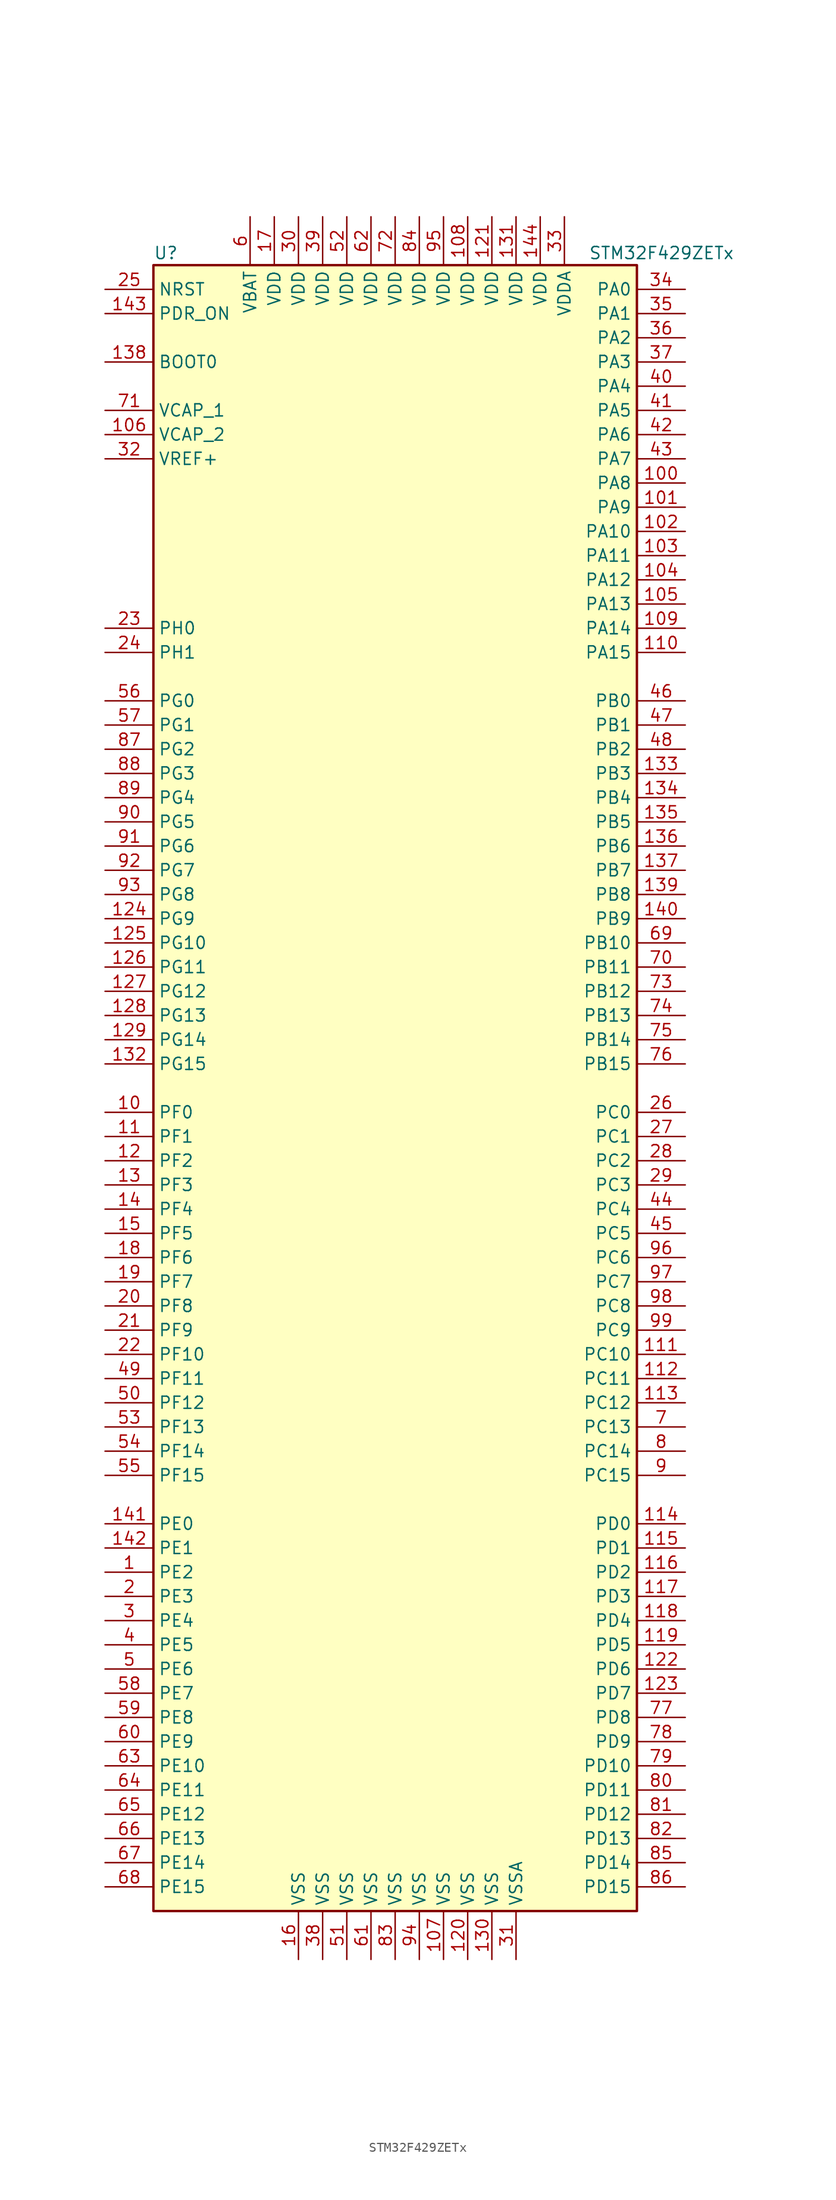
<source format=kicad_sym>
(kicad_symbol_lib
  (version 20211014)
  (generator kicad_symbol_editor)
  (symbol "STM32F429ZETx"
    (property "Reference" "U"
      (at -25.4 87.63 0)
      (effects (font (size 1.27 1.27)) (justify left)))
    (property "Value" "STM32F429ZETx"
      (at 20.32 87.63 0)
      (effects (font (size 1.27 1.27)) (justify left)))
    (symbol "STM32F429ZETx_0_1"
      (rectangle (start -25.4 -86.36) (end 25.4 86.36) (stroke (width 0.254) (type default) (color 0 0 0 0)) (fill (type background))))
    (symbol "STM32F429ZETx_1_1"
      (pin bidirectional line (at -30.48 -50.8 0) (length 5.08) (name "PE2" (effects (font (size 1.27 1.27)))) (number "1" (effects (font (size 1.27 1.27)))))
      (pin bidirectional line (at -30.48 -2.54 0) (length 5.08) (name "PF0" (effects (font (size 1.27 1.27)))) (number "10" (effects (font (size 1.27 1.27)))))
      (pin bidirectional line (at 30.48 63.5 180) (length 5.08) (name "PA8" (effects (font (size 1.27 1.27)))) (number "100" (effects (font (size 1.27 1.27)))))
      (pin bidirectional line (at 30.48 60.96 180) (length 5.08) (name "PA9" (effects (font (size 1.27 1.27)))) (number "101" (effects (font (size 1.27 1.27)))))
      (pin bidirectional line (at 30.48 58.42 180) (length 5.08) (name "PA10" (effects (font (size 1.27 1.27)))) (number "102" (effects (font (size 1.27 1.27)))))
      (pin bidirectional line (at 30.48 55.88 180) (length 5.08) (name "PA11" (effects (font (size 1.27 1.27)))) (number "103" (effects (font (size 1.27 1.27)))))
      (pin bidirectional line (at 30.48 53.34 180) (length 5.08) (name "PA12" (effects (font (size 1.27 1.27)))) (number "104" (effects (font (size 1.27 1.27)))))
      (pin bidirectional line (at 30.48 50.8 180) (length 5.08) (name "PA13" (effects (font (size 1.27 1.27)))) (number "105" (effects (font (size 1.27 1.27)))))
      (pin power_in line (at -30.48 68.58 0) (length 5.08) (name "VCAP_2" (effects (font (size 1.27 1.27)))) (number "106" (effects (font (size 1.27 1.27)))))
      (pin power_in line (at 5.08 -91.44 90) (length 5.08) (name "VSS" (effects (font (size 1.27 1.27)))) (number "107" (effects (font (size 1.27 1.27)))))
      (pin power_in line (at 7.62 91.44 270) (length 5.08) (name "VDD" (effects (font (size 1.27 1.27)))) (number "108" (effects (font (size 1.27 1.27)))))
      (pin bidirectional line (at 30.48 48.26 180) (length 5.08) (name "PA14" (effects (font (size 1.27 1.27)))) (number "109" (effects (font (size 1.27 1.27)))))
      (pin bidirectional line (at -30.48 -5.08 0) (length 5.08) (name "PF1" (effects (font (size 1.27 1.27)))) (number "11" (effects (font (size 1.27 1.27)))))
      (pin bidirectional line (at 30.48 45.72 180) (length 5.08) (name "PA15" (effects (font (size 1.27 1.27)))) (number "110" (effects (font (size 1.27 1.27)))))
      (pin bidirectional line (at 30.48 -27.94 180) (length 5.08) (name "PC10" (effects (font (size 1.27 1.27)))) (number "111" (effects (font (size 1.27 1.27)))))
      (pin bidirectional line (at 30.48 -30.48 180) (length 5.08) (name "PC11" (effects (font (size 1.27 1.27)))) (number "112" (effects (font (size 1.27 1.27)))))
      (pin bidirectional line (at 30.48 -33.02 180) (length 5.08) (name "PC12" (effects (font (size 1.27 1.27)))) (number "113" (effects (font (size 1.27 1.27)))))
      (pin bidirectional line (at 30.48 -45.72 180) (length 5.08) (name "PD0" (effects (font (size 1.27 1.27)))) (number "114" (effects (font (size 1.27 1.27)))))
      (pin bidirectional line (at 30.48 -48.26 180) (length 5.08) (name "PD1" (effects (font (size 1.27 1.27)))) (number "115" (effects (font (size 1.27 1.27)))))
      (pin bidirectional line (at 30.48 -50.8 180) (length 5.08) (name "PD2" (effects (font (size 1.27 1.27)))) (number "116" (effects (font (size 1.27 1.27)))))
      (pin bidirectional line (at 30.48 -53.34 180) (length 5.08) (name "PD3" (effects (font (size 1.27 1.27)))) (number "117" (effects (font (size 1.27 1.27)))))
      (pin bidirectional line (at 30.48 -55.88 180) (length 5.08) (name "PD4" (effects (font (size 1.27 1.27)))) (number "118" (effects (font (size 1.27 1.27)))))
      (pin bidirectional line (at 30.48 -58.42 180) (length 5.08) (name "PD5" (effects (font (size 1.27 1.27)))) (number "119" (effects (font (size 1.27 1.27)))))
      (pin bidirectional line (at -30.48 -7.62 0) (length 5.08) (name "PF2" (effects (font (size 1.27 1.27)))) (number "12" (effects (font (size 1.27 1.27)))))
      (pin power_in line (at 7.62 -91.44 90) (length 5.08) (name "VSS" (effects (font (size 1.27 1.27)))) (number "120" (effects (font (size 1.27 1.27)))))
      (pin power_in line (at 10.16 91.44 270) (length 5.08) (name "VDD" (effects (font (size 1.27 1.27)))) (number "121" (effects (font (size 1.27 1.27)))))
      (pin bidirectional line (at 30.48 -60.96 180) (length 5.08) (name "PD6" (effects (font (size 1.27 1.27)))) (number "122" (effects (font (size 1.27 1.27)))))
      (pin bidirectional line (at 30.48 -63.5 180) (length 5.08) (name "PD7" (effects (font (size 1.27 1.27)))) (number "123" (effects (font (size 1.27 1.27)))))
      (pin bidirectional line (at -30.48 17.78 0) (length 5.08) (name "PG9" (effects (font (size 1.27 1.27)))) (number "124" (effects (font (size 1.27 1.27)))))
      (pin bidirectional line (at -30.48 15.24 0) (length 5.08) (name "PG10" (effects (font (size 1.27 1.27)))) (number "125" (effects (font (size 1.27 1.27)))))
      (pin bidirectional line (at -30.48 12.7 0) (length 5.08) (name "PG11" (effects (font (size 1.27 1.27)))) (number "126" (effects (font (size 1.27 1.27)))))
      (pin bidirectional line (at -30.48 10.16 0) (length 5.08) (name "PG12" (effects (font (size 1.27 1.27)))) (number "127" (effects (font (size 1.27 1.27)))))
      (pin bidirectional line (at -30.48 7.62 0) (length 5.08) (name "PG13" (effects (font (size 1.27 1.27)))) (number "128" (effects (font (size 1.27 1.27)))))
      (pin bidirectional line (at -30.48 5.08 0) (length 5.08) (name "PG14" (effects (font (size 1.27 1.27)))) (number "129" (effects (font (size 1.27 1.27)))))
      (pin bidirectional line (at -30.48 -10.16 0) (length 5.08) (name "PF3" (effects (font (size 1.27 1.27)))) (number "13" (effects (font (size 1.27 1.27)))))
      (pin power_in line (at 10.16 -91.44 90) (length 5.08) (name "VSS" (effects (font (size 1.27 1.27)))) (number "130" (effects (font (size 1.27 1.27)))))
      (pin power_in line (at 12.7 91.44 270) (length 5.08) (name "VDD" (effects (font (size 1.27 1.27)))) (number "131" (effects (font (size 1.27 1.27)))))
      (pin bidirectional line (at -30.48 2.54 0) (length 5.08) (name "PG15" (effects (font (size 1.27 1.27)))) (number "132" (effects (font (size 1.27 1.27)))))
      (pin bidirectional line (at 30.48 33.02 180) (length 5.08) (name "PB3" (effects (font (size 1.27 1.27)))) (number "133" (effects (font (size 1.27 1.27)))))
      (pin bidirectional line (at 30.48 30.48 180) (length 5.08) (name "PB4" (effects (font (size 1.27 1.27)))) (number "134" (effects (font (size 1.27 1.27)))))
      (pin bidirectional line (at 30.48 27.94 180) (length 5.08) (name "PB5" (effects (font (size 1.27 1.27)))) (number "135" (effects (font (size 1.27 1.27)))))
      (pin bidirectional line (at 30.48 25.4 180) (length 5.08) (name "PB6" (effects (font (size 1.27 1.27)))) (number "136" (effects (font (size 1.27 1.27)))))
      (pin bidirectional line (at 30.48 22.86 180) (length 5.08) (name "PB7" (effects (font (size 1.27 1.27)))) (number "137" (effects (font (size 1.27 1.27)))))
      (pin input line (at -30.48 76.2 0) (length 5.08) (name "BOOT0" (effects (font (size 1.27 1.27)))) (number "138" (effects (font (size 1.27 1.27)))))
      (pin bidirectional line (at 30.48 20.32 180) (length 5.08) (name "PB8" (effects (font (size 1.27 1.27)))) (number "139" (effects (font (size 1.27 1.27)))))
      (pin bidirectional line (at -30.48 -12.7 0) (length 5.08) (name "PF4" (effects (font (size 1.27 1.27)))) (number "14" (effects (font (size 1.27 1.27)))))
      (pin bidirectional line (at 30.48 17.78 180) (length 5.08) (name "PB9" (effects (font (size 1.27 1.27)))) (number "140" (effects (font (size 1.27 1.27)))))
      (pin bidirectional line (at -30.48 -45.72 0) (length 5.08) (name "PE0" (effects (font (size 1.27 1.27)))) (number "141" (effects (font (size 1.27 1.27)))))
      (pin bidirectional line (at -30.48 -48.26 0) (length 5.08) (name "PE1" (effects (font (size 1.27 1.27)))) (number "142" (effects (font (size 1.27 1.27)))))
      (pin input line (at -30.48 81.28 0) (length 5.08) (name "PDR_ON" (effects (font (size 1.27 1.27)))) (number "143" (effects (font (size 1.27 1.27)))))
      (pin power_in line (at 15.24 91.44 270) (length 5.08) (name "VDD" (effects (font (size 1.27 1.27)))) (number "144" (effects (font (size 1.27 1.27)))))
      (pin bidirectional line (at -30.48 -15.24 0) (length 5.08) (name "PF5" (effects (font (size 1.27 1.27)))) (number "15" (effects (font (size 1.27 1.27)))))
      (pin power_in line (at -10.16 -91.44 90) (length 5.08) (name "VSS" (effects (font (size 1.27 1.27)))) (number "16" (effects (font (size 1.27 1.27)))))
      (pin power_in line (at -12.7 91.44 270) (length 5.08) (name "VDD" (effects (font (size 1.27 1.27)))) (number "17" (effects (font (size 1.27 1.27)))))
      (pin bidirectional line (at -30.48 -17.78 0) (length 5.08) (name "PF6" (effects (font (size 1.27 1.27)))) (number "18" (effects (font (size 1.27 1.27)))))
      (pin bidirectional line (at -30.48 -20.32 0) (length 5.08) (name "PF7" (effects (font (size 1.27 1.27)))) (number "19" (effects (font (size 1.27 1.27)))))
      (pin bidirectional line (at -30.48 -53.34 0) (length 5.08) (name "PE3" (effects (font (size 1.27 1.27)))) (number "2" (effects (font (size 1.27 1.27)))))
      (pin bidirectional line (at -30.48 -22.86 0) (length 5.08) (name "PF8" (effects (font (size 1.27 1.27)))) (number "20" (effects (font (size 1.27 1.27)))))
      (pin bidirectional line (at -30.48 -25.4 0) (length 5.08) (name "PF9" (effects (font (size 1.27 1.27)))) (number "21" (effects (font (size 1.27 1.27)))))
      (pin bidirectional line (at -30.48 -27.94 0) (length 5.08) (name "PF10" (effects (font (size 1.27 1.27)))) (number "22" (effects (font (size 1.27 1.27)))))
      (pin input line (at -30.48 48.26 0) (length 5.08) (name "PH0" (effects (font (size 1.27 1.27)))) (number "23" (effects (font (size 1.27 1.27)))))
      (pin input line (at -30.48 45.72 0) (length 5.08) (name "PH1" (effects (font (size 1.27 1.27)))) (number "24" (effects (font (size 1.27 1.27)))))
      (pin input line (at -30.48 83.82 0) (length 5.08) (name "NRST" (effects (font (size 1.27 1.27)))) (number "25" (effects (font (size 1.27 1.27)))))
      (pin bidirectional line (at 30.48 -2.54 180) (length 5.08) (name "PC0" (effects (font (size 1.27 1.27)))) (number "26" (effects (font (size 1.27 1.27)))))
      (pin bidirectional line (at 30.48 -5.08 180) (length 5.08) (name "PC1" (effects (font (size 1.27 1.27)))) (number "27" (effects (font (size 1.27 1.27)))))
      (pin bidirectional line (at 30.48 -7.62 180) (length 5.08) (name "PC2" (effects (font (size 1.27 1.27)))) (number "28" (effects (font (size 1.27 1.27)))))
      (pin bidirectional line (at 30.48 -10.16 180) (length 5.08) (name "PC3" (effects (font (size 1.27 1.27)))) (number "29" (effects (font (size 1.27 1.27)))))
      (pin bidirectional line (at -30.48 -55.88 0) (length 5.08) (name "PE4" (effects (font (size 1.27 1.27)))) (number "3" (effects (font (size 1.27 1.27)))))
      (pin power_in line (at -10.16 91.44 270) (length 5.08) (name "VDD" (effects (font (size 1.27 1.27)))) (number "30" (effects (font (size 1.27 1.27)))))
      (pin power_in line (at 12.7 -91.44 90) (length 5.08) (name "VSSA" (effects (font (size 1.27 1.27)))) (number "31" (effects (font (size 1.27 1.27)))))
      (pin power_in line (at -30.48 66.04 0) (length 5.08) (name "VREF+" (effects (font (size 1.27 1.27)))) (number "32" (effects (font (size 1.27 1.27)))))
      (pin power_in line (at 17.78 91.44 270) (length 5.08) (name "VDDA" (effects (font (size 1.27 1.27)))) (number "33" (effects (font (size 1.27 1.27)))))
      (pin bidirectional line (at 30.48 83.82 180) (length 5.08) (name "PA0" (effects (font (size 1.27 1.27)))) (number "34" (effects (font (size 1.27 1.27)))))
      (pin bidirectional line (at 30.48 81.28 180) (length 5.08) (name "PA1" (effects (font (size 1.27 1.27)))) (number "35" (effects (font (size 1.27 1.27)))))
      (pin bidirectional line (at 30.48 78.74 180) (length 5.08) (name "PA2" (effects (font (size 1.27 1.27)))) (number "36" (effects (font (size 1.27 1.27)))))
      (pin bidirectional line (at 30.48 76.2 180) (length 5.08) (name "PA3" (effects (font (size 1.27 1.27)))) (number "37" (effects (font (size 1.27 1.27)))))
      (pin power_in line (at -7.62 -91.44 90) (length 5.08) (name "VSS" (effects (font (size 1.27 1.27)))) (number "38" (effects (font (size 1.27 1.27)))))
      (pin power_in line (at -7.62 91.44 270) (length 5.08) (name "VDD" (effects (font (size 1.27 1.27)))) (number "39" (effects (font (size 1.27 1.27)))))
      (pin bidirectional line (at -30.48 -58.42 0) (length 5.08) (name "PE5" (effects (font (size 1.27 1.27)))) (number "4" (effects (font (size 1.27 1.27)))))
      (pin bidirectional line (at 30.48 73.66 180) (length 5.08) (name "PA4" (effects (font (size 1.27 1.27)))) (number "40" (effects (font (size 1.27 1.27)))))
      (pin bidirectional line (at 30.48 71.12 180) (length 5.08) (name "PA5" (effects (font (size 1.27 1.27)))) (number "41" (effects (font (size 1.27 1.27)))))
      (pin bidirectional line (at 30.48 68.58 180) (length 5.08) (name "PA6" (effects (font (size 1.27 1.27)))) (number "42" (effects (font (size 1.27 1.27)))))
      (pin bidirectional line (at 30.48 66.04 180) (length 5.08) (name "PA7" (effects (font (size 1.27 1.27)))) (number "43" (effects (font (size 1.27 1.27)))))
      (pin bidirectional line (at 30.48 -12.7 180) (length 5.08) (name "PC4" (effects (font (size 1.27 1.27)))) (number "44" (effects (font (size 1.27 1.27)))))
      (pin bidirectional line (at 30.48 -15.24 180) (length 5.08) (name "PC5" (effects (font (size 1.27 1.27)))) (number "45" (effects (font (size 1.27 1.27)))))
      (pin bidirectional line (at 30.48 40.64 180) (length 5.08) (name "PB0" (effects (font (size 1.27 1.27)))) (number "46" (effects (font (size 1.27 1.27)))))
      (pin bidirectional line (at 30.48 38.1 180) (length 5.08) (name "PB1" (effects (font (size 1.27 1.27)))) (number "47" (effects (font (size 1.27 1.27)))))
      (pin bidirectional line (at 30.48 35.56 180) (length 5.08) (name "PB2" (effects (font (size 1.27 1.27)))) (number "48" (effects (font (size 1.27 1.27)))))
      (pin bidirectional line (at -30.48 -30.48 0) (length 5.08) (name "PF11" (effects (font (size 1.27 1.27)))) (number "49" (effects (font (size 1.27 1.27)))))
      (pin bidirectional line (at -30.48 -60.96 0) (length 5.08) (name "PE6" (effects (font (size 1.27 1.27)))) (number "5" (effects (font (size 1.27 1.27)))))
      (pin bidirectional line (at -30.48 -33.02 0) (length 5.08) (name "PF12" (effects (font (size 1.27 1.27)))) (number "50" (effects (font (size 1.27 1.27)))))
      (pin power_in line (at -5.08 -91.44 90) (length 5.08) (name "VSS" (effects (font (size 1.27 1.27)))) (number "51" (effects (font (size 1.27 1.27)))))
      (pin power_in line (at -5.08 91.44 270) (length 5.08) (name "VDD" (effects (font (size 1.27 1.27)))) (number "52" (effects (font (size 1.27 1.27)))))
      (pin bidirectional line (at -30.48 -35.56 0) (length 5.08) (name "PF13" (effects (font (size 1.27 1.27)))) (number "53" (effects (font (size 1.27 1.27)))))
      (pin bidirectional line (at -30.48 -38.1 0) (length 5.08) (name "PF14" (effects (font (size 1.27 1.27)))) (number "54" (effects (font (size 1.27 1.27)))))
      (pin bidirectional line (at -30.48 -40.64 0) (length 5.08) (name "PF15" (effects (font (size 1.27 1.27)))) (number "55" (effects (font (size 1.27 1.27)))))
      (pin bidirectional line (at -30.48 40.64 0) (length 5.08) (name "PG0" (effects (font (size 1.27 1.27)))) (number "56" (effects (font (size 1.27 1.27)))))
      (pin bidirectional line (at -30.48 38.1 0) (length 5.08) (name "PG1" (effects (font (size 1.27 1.27)))) (number "57" (effects (font (size 1.27 1.27)))))
      (pin bidirectional line (at -30.48 -63.5 0) (length 5.08) (name "PE7" (effects (font (size 1.27 1.27)))) (number "58" (effects (font (size 1.27 1.27)))))
      (pin bidirectional line (at -30.48 -66.04 0) (length 5.08) (name "PE8" (effects (font (size 1.27 1.27)))) (number "59" (effects (font (size 1.27 1.27)))))
      (pin power_in line (at -15.24 91.44 270) (length 5.08) (name "VBAT" (effects (font (size 1.27 1.27)))) (number "6" (effects (font (size 1.27 1.27)))))
      (pin bidirectional line (at -30.48 -68.58 0) (length 5.08) (name "PE9" (effects (font (size 1.27 1.27)))) (number "60" (effects (font (size 1.27 1.27)))))
      (pin power_in line (at -2.54 -91.44 90) (length 5.08) (name "VSS" (effects (font (size 1.27 1.27)))) (number "61" (effects (font (size 1.27 1.27)))))
      (pin power_in line (at -2.54 91.44 270) (length 5.08) (name "VDD" (effects (font (size 1.27 1.27)))) (number "62" (effects (font (size 1.27 1.27)))))
      (pin bidirectional line (at -30.48 -71.12 0) (length 5.08) (name "PE10" (effects (font (size 1.27 1.27)))) (number "63" (effects (font (size 1.27 1.27)))))
      (pin bidirectional line (at -30.48 -73.66 0) (length 5.08) (name "PE11" (effects (font (size 1.27 1.27)))) (number "64" (effects (font (size 1.27 1.27)))))
      (pin bidirectional line (at -30.48 -76.2 0) (length 5.08) (name "PE12" (effects (font (size 1.27 1.27)))) (number "65" (effects (font (size 1.27 1.27)))))
      (pin bidirectional line (at -30.48 -78.74 0) (length 5.08) (name "PE13" (effects (font (size 1.27 1.27)))) (number "66" (effects (font (size 1.27 1.27)))))
      (pin bidirectional line (at -30.48 -81.28 0) (length 5.08) (name "PE14" (effects (font (size 1.27 1.27)))) (number "67" (effects (font (size 1.27 1.27)))))
      (pin bidirectional line (at -30.48 -83.82 0) (length 5.08) (name "PE15" (effects (font (size 1.27 1.27)))) (number "68" (effects (font (size 1.27 1.27)))))
      (pin bidirectional line (at 30.48 15.24 180) (length 5.08) (name "PB10" (effects (font (size 1.27 1.27)))) (number "69" (effects (font (size 1.27 1.27)))))
      (pin bidirectional line (at 30.48 -35.56 180) (length 5.08) (name "PC13" (effects (font (size 1.27 1.27)))) (number "7" (effects (font (size 1.27 1.27)))))
      (pin bidirectional line (at 30.48 12.7 180) (length 5.08) (name "PB11" (effects (font (size 1.27 1.27)))) (number "70" (effects (font (size 1.27 1.27)))))
      (pin power_in line (at -30.48 71.12 0) (length 5.08) (name "VCAP_1" (effects (font (size 1.27 1.27)))) (number "71" (effects (font (size 1.27 1.27)))))
      (pin power_in line (at 0 91.44 270) (length 5.08) (name "VDD" (effects (font (size 1.27 1.27)))) (number "72" (effects (font (size 1.27 1.27)))))
      (pin bidirectional line (at 30.48 10.16 180) (length 5.08) (name "PB12" (effects (font (size 1.27 1.27)))) (number "73" (effects (font (size 1.27 1.27)))))
      (pin bidirectional line (at 30.48 7.62 180) (length 5.08) (name "PB13" (effects (font (size 1.27 1.27)))) (number "74" (effects (font (size 1.27 1.27)))))
      (pin bidirectional line (at 30.48 5.08 180) (length 5.08) (name "PB14" (effects (font (size 1.27 1.27)))) (number "75" (effects (font (size 1.27 1.27)))))
      (pin bidirectional line (at 30.48 2.54 180) (length 5.08) (name "PB15" (effects (font (size 1.27 1.27)))) (number "76" (effects (font (size 1.27 1.27)))))
      (pin bidirectional line (at 30.48 -66.04 180) (length 5.08) (name "PD8" (effects (font (size 1.27 1.27)))) (number "77" (effects (font (size 1.27 1.27)))))
      (pin bidirectional line (at 30.48 -68.58 180) (length 5.08) (name "PD9" (effects (font (size 1.27 1.27)))) (number "78" (effects (font (size 1.27 1.27)))))
      (pin bidirectional line (at 30.48 -71.12 180) (length 5.08) (name "PD10" (effects (font (size 1.27 1.27)))) (number "79" (effects (font (size 1.27 1.27)))))
      (pin bidirectional line (at 30.48 -38.1 180) (length 5.08) (name "PC14" (effects (font (size 1.27 1.27)))) (number "8" (effects (font (size 1.27 1.27)))))
      (pin bidirectional line (at 30.48 -73.66 180) (length 5.08) (name "PD11" (effects (font (size 1.27 1.27)))) (number "80" (effects (font (size 1.27 1.27)))))
      (pin bidirectional line (at 30.48 -76.2 180) (length 5.08) (name "PD12" (effects (font (size 1.27 1.27)))) (number "81" (effects (font (size 1.27 1.27)))))
      (pin bidirectional line (at 30.48 -78.74 180) (length 5.08) (name "PD13" (effects (font (size 1.27 1.27)))) (number "82" (effects (font (size 1.27 1.27)))))
      (pin power_in line (at 0 -91.44 90) (length 5.08) (name "VSS" (effects (font (size 1.27 1.27)))) (number "83" (effects (font (size 1.27 1.27)))))
      (pin power_in line (at 2.54 91.44 270) (length 5.08) (name "VDD" (effects (font (size 1.27 1.27)))) (number "84" (effects (font (size 1.27 1.27)))))
      (pin bidirectional line (at 30.48 -81.28 180) (length 5.08) (name "PD14" (effects (font (size 1.27 1.27)))) (number "85" (effects (font (size 1.27 1.27)))))
      (pin bidirectional line (at 30.48 -83.82 180) (length 5.08) (name "PD15" (effects (font (size 1.27 1.27)))) (number "86" (effects (font (size 1.27 1.27)))))
      (pin bidirectional line (at -30.48 35.56 0) (length 5.08) (name "PG2" (effects (font (size 1.27 1.27)))) (number "87" (effects (font (size 1.27 1.27)))))
      (pin bidirectional line (at -30.48 33.02 0) (length 5.08) (name "PG3" (effects (font (size 1.27 1.27)))) (number "88" (effects (font (size 1.27 1.27)))))
      (pin bidirectional line (at -30.48 30.48 0) (length 5.08) (name "PG4" (effects (font (size 1.27 1.27)))) (number "89" (effects (font (size 1.27 1.27)))))
      (pin bidirectional line (at 30.48 -40.64 180) (length 5.08) (name "PC15" (effects (font (size 1.27 1.27)))) (number "9" (effects (font (size 1.27 1.27)))))
      (pin bidirectional line (at -30.48 27.94 0) (length 5.08) (name "PG5" (effects (font (size 1.27 1.27)))) (number "90" (effects (font (size 1.27 1.27)))))
      (pin bidirectional line (at -30.48 25.4 0) (length 5.08) (name "PG6" (effects (font (size 1.27 1.27)))) (number "91" (effects (font (size 1.27 1.27)))))
      (pin bidirectional line (at -30.48 22.86 0) (length 5.08) (name "PG7" (effects (font (size 1.27 1.27)))) (number "92" (effects (font (size 1.27 1.27)))))
      (pin bidirectional line (at -30.48 20.32 0) (length 5.08) (name "PG8" (effects (font (size 1.27 1.27)))) (number "93" (effects (font (size 1.27 1.27)))))
      (pin power_in line (at 2.54 -91.44 90) (length 5.08) (name "VSS" (effects (font (size 1.27 1.27)))) (number "94" (effects (font (size 1.27 1.27)))))
      (pin power_in line (at 5.08 91.44 270) (length 5.08) (name "VDD" (effects (font (size 1.27 1.27)))) (number "95" (effects (font (size 1.27 1.27)))))
      (pin bidirectional line (at 30.48 -17.78 180) (length 5.08) (name "PC6" (effects (font (size 1.27 1.27)))) (number "96" (effects (font (size 1.27 1.27)))))
      (pin bidirectional line (at 30.48 -20.32 180) (length 5.08) (name "PC7" (effects (font (size 1.27 1.27)))) (number "97" (effects (font (size 1.27 1.27)))))
      (pin bidirectional line (at 30.48 -22.86 180) (length 5.08) (name "PC8" (effects (font (size 1.27 1.27)))) (number "98" (effects (font (size 1.27 1.27)))))
      (pin bidirectional line (at 30.48 -25.4 180) (length 5.08) (name "PC9" (effects (font (size 1.27 1.27)))) (number "99" (effects (font (size 1.27 1.27))))))))
</source>
